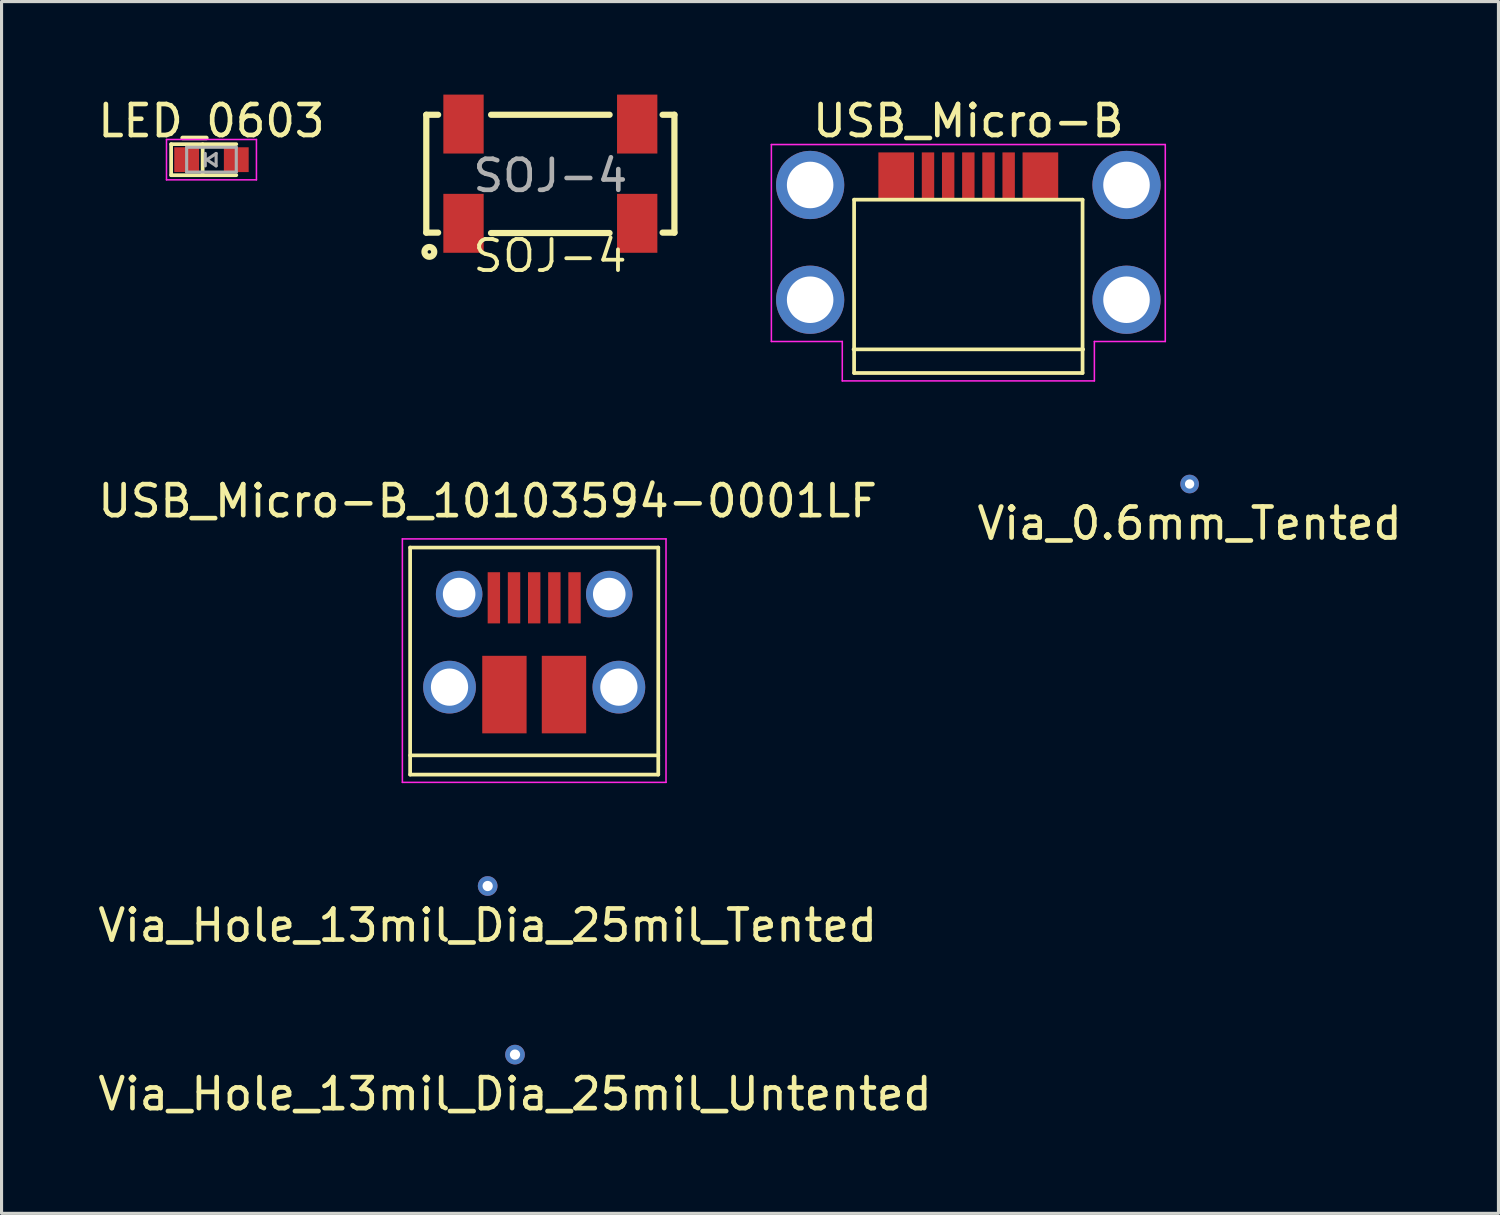
<source format=kicad_pcb>
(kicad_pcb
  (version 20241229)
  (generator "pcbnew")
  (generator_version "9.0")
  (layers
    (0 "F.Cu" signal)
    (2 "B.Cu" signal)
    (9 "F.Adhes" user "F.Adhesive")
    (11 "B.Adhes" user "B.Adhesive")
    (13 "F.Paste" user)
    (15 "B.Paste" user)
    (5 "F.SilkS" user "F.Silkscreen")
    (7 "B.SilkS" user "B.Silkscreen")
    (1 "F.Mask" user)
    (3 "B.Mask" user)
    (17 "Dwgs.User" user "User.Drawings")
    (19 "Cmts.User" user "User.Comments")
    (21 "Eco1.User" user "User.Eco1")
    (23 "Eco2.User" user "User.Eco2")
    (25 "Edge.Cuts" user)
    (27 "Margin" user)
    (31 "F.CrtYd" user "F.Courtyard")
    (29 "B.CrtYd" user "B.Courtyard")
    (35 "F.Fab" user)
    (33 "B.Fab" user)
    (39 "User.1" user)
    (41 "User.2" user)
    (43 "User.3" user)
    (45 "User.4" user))
  (footprint "USB_Micro-B"
    (layer "F.Cu")
    (at 28.17 8.214)
    (property "Reference" "USB_Micro-B" (at 0 -7.366 0) (layer "F.SilkS") (effects (font (size 1 1) (thickness 0.15))))
    (attr smd)
    (fp_line (start -3.7 0) (end 3.7 0) (stroke (width 0.12) (type solid)) (layer "F.SilkS"))
    (fp_line (start -3.683 -4.826) (end 3.683 -4.826) (stroke (width 0.12) (type solid)) (layer "F.SilkS"))
    (fp_line (start -3.683 0) (end -3.683 -4.826) (stroke (width 0.12) (type solid)) (layer "F.SilkS"))
    (fp_line (start -3.683 0) (end -3.683 0.762) (stroke (width 0.12) (type solid)) (layer "F.SilkS"))
    (fp_line (start -3.683 0.762) (end 3.683 0.762) (stroke (width 0.12) (type solid)) (layer "F.SilkS"))
    (fp_line (start 3.683 -4.826) (end 3.683 0) (stroke (width 0.12) (type solid)) (layer "F.SilkS"))
    (fp_line (start 3.683 0.762) (end 3.683 0) (stroke (width 0.12) (type solid)) (layer "F.SilkS"))
    (fp_line (start -6.35 -6.604) (end -6.35 -0.254) (stroke (width 0.05) (type solid)) (layer "F.CrtYd"))
    (fp_line (start -6.35 -0.254) (end -4.064 -0.254) (stroke (width 0.05) (type solid)) (layer "F.CrtYd"))
    (fp_line (start -4.064 -0.254) (end -4.064 1.016) (stroke (width 0.05) (type solid)) (layer "F.CrtYd"))
    (fp_line (start -4.064 1.016) (end 4.064 1.016) (stroke (width 0.05) (type solid)) (layer "F.CrtYd"))
    (fp_line (start 4.064 -0.254) (end 6.35 -0.254) (stroke (width 0.05) (type solid)) (layer "F.CrtYd"))
    (fp_line (start 4.064 1.016) (end 4.064 -0.254) (stroke (width 0.05) (type solid)) (layer "F.CrtYd"))
    (fp_line (start 6.35 -6.604) (end -6.35 -6.604) (stroke (width 0.05) (type solid)) (layer "F.CrtYd"))
    (fp_line (start 6.35 -0.254) (end 6.35 -6.604) (stroke (width 0.05) (type solid)) (layer "F.CrtYd"))
    (pad "1" smd rect (at -1.3 -4.85 90) (size 1.5 0.4) (drill (offset 0.75 0)) (layers "F.Cu" "F.Mask" "F.Paste"))
    (pad "2" smd rect (at -0.65 -4.85 90) (size 1.5 0.4) (drill (offset 0.75 0)) (layers "F.Cu" "F.Mask" "F.Paste"))
    (pad "3" smd rect (at 0 -4.85 90) (size 1.5 0.4) (drill (offset 0.75 0)) (layers "F.Cu" "F.Mask" "F.Paste"))
    (pad "4" smd rect (at 0.65 -4.85 90) (size 1.5 0.4) (drill (offset 0.75 0)) (layers "F.Cu" "F.Mask" "F.Paste"))
    (pad "5" smd rect (at 1.3 -4.85 90) (size 1.5 0.4) (drill (offset 0.75 0)) (layers "F.Cu" "F.Mask" "F.Paste"))
    (pad "6" thru_hole circle (at -5.1 -5.3 90) (size 2.2 2.2) (drill 1.5) (layers "*.Cu" "*.Mask"))
    (pad "6" thru_hole circle (at -5.1 -1.6 90) (size 2.2 2.2) (drill 1.5) (layers "*.Cu" "*.Mask"))
    (pad "6" thru_hole circle (at 5.1 -5.3 90) (size 2.2 2.2) (drill 1.5) (layers "*.Cu" "*.Mask"))
    (pad "6" thru_hole circle (at 5.1 -1.6 90) (size 2.2 2.2) (drill 1.5) (layers "*.Cu" "*.Mask"))
    (pad "7" smd rect (at -2.325 -4.85 90) (size 1.5 1.15) (drill (offset 0.75 0)) (layers "F.Cu" "F.Mask" "F.Paste"))
    (pad "8" smd rect (at 2.323 -4.85 90) (size 1.5 1.15) (drill (offset 0.75 0)) (layers "F.Cu" "F.Mask" "F.Paste")))
  (footprint "SOJ-4"
    (layer "F.Cu")
    (at 14.694 2.55)
    (property "Reference" "SOJ-4" (at -0.01 2.65 0) (layer "F.SilkS") (effects (font (size 1 1) (thickness 0.124))))
    (attr through_hole)
    (fp_line (start -4 -1.9) (end -3.619 -1.9) (stroke (width 0.201) (type solid)) (layer "F.SilkS"))
    (fp_line (start -4 1.9) (end -4 -1.9) (stroke (width 0.201) (type solid)) (layer "F.SilkS"))
    (fp_line (start -4 1.9) (end -3.619 1.9) (stroke (width 0.201) (type solid)) (layer "F.SilkS"))
    (fp_line (start -1.913 1.913) (end 1.908 1.913) (stroke (width 0.201) (type solid)) (layer "F.SilkS"))
    (fp_line (start -1.91 -1.9) (end 1.91 -1.9) (stroke (width 0.201) (type solid)) (layer "F.SilkS"))
    (fp_line (start 3.619 -1.9) (end 4 -1.9) (stroke (width 0.201) (type solid)) (layer "F.SilkS"))
    (fp_line (start 4 -1.9) (end 4 1.9) (stroke (width 0.201) (type solid)) (layer "F.SilkS"))
    (fp_line (start 4 1.9) (end 3.619 1.9) (stroke (width 0.201) (type solid)) (layer "F.SilkS"))
    (fp_circle (center -3.901 2.521) (end -3.779 2.62) (stroke (width 0.201) (type solid)) (fill no) (layer "F.SilkS"))
    (fp_text user "${REFERENCE}" (at 0 0.064 0) (layer "F.Fab") (effects (font (size 1 1) (thickness 0.15))))
    (pad "1" smd rect (at -2.8 1.6 90) (size 1.9 1.3) (layers "F.Cu" "F.Mask" "F.Paste"))
    (pad "2" smd rect (at 2.8 1.6) (size 1.3 1.9) (layers "F.Cu" "F.Mask" "F.Paste"))
    (pad "3" smd rect (at 2.8 -1.6) (size 1.3 1.9) (layers "F.Cu" "F.Mask" "F.Paste"))
    (pad "4" smd rect (at -2.8 -1.6) (size 1.3 1.9) (layers "F.Cu" "F.Mask" "F.Paste")))
  (footprint "USB_Micro-B_10103594-0001LF"
    (layer "F.Cu")
    (at 14.173 17.724)
    (property "Reference" "USB_Micro-B_10103594-0001LF" (at -1.5 -4.62 0) (layer "F.SilkS") (effects (font (size 1 1) (thickness 0.15))))
    (attr smd)
    (fp_line (start -4 -3.12) (end 4 -3.12) (stroke (width 0.12) (type solid)) (layer "F.SilkS"))
    (fp_line (start -4 4.2) (end -4 -3.12) (stroke (width 0.12) (type solid)) (layer "F.SilkS"))
    (fp_line (start -4 4.2) (end 4 4.2) (stroke (width 0.12) (type solid)) (layer "F.SilkS"))
    (fp_line (start 4 -3.12) (end 4 4.2) (stroke (width 0.12) (type solid)) (layer "F.SilkS"))
    (fp_line (start 4 3.58) (end -4 3.58) (stroke (width 0.12) (type solid)) (layer "F.SilkS"))
    (fp_line (start -4.25 -3.4) (end 4.25 -3.4) (stroke (width 0.05) (type solid)) (layer "F.CrtYd"))
    (fp_line (start -4.25 4.45) (end -4.25 -3.4) (stroke (width 0.05) (type solid)) (layer "F.CrtYd"))
    (fp_line (start 4.25 -3.4) (end 4.25 4.45) (stroke (width 0.05) (type solid)) (layer "F.CrtYd"))
    (fp_line (start 4.25 4.45) (end -4.25 4.45) (stroke (width 0.05) (type solid)) (layer "F.CrtYd"))
    (pad "1" smd rect (at -1.3 -1.5 90) (size 1.65 0.4) (layers "F.Cu" "F.Mask" "F.Paste"))
    (pad "2" smd rect (at -0.65 -1.5 90) (size 1.65 0.4) (layers "F.Cu" "F.Mask" "F.Paste"))
    (pad "3" smd rect (at 0 -1.5 90) (size 1.65 0.4) (layers "F.Cu" "F.Mask" "F.Paste"))
    (pad "4" smd rect (at 0.65 -1.5 90) (size 1.65 0.4) (layers "F.Cu" "F.Mask" "F.Paste"))
    (pad "5" smd rect (at 1.3 -1.5 90) (size 1.65 0.4) (layers "F.Cu" "F.Mask" "F.Paste"))
    (pad "6" thru_hole oval (at -2.73 1.38 90) (size 1.7 1.7) (drill oval 1.2) (layers "*.Cu" "*.Mask"))
    (pad "6" thru_hole oval (at -2.42 -1.62 90) (size 1.5 1.5) (drill oval 1.05) (layers "*.Cu" "*.Mask"))
    (pad "6" smd rect (at -0.96 1.62 90) (size 2.5 1.43) (layers "F.Cu" "F.Mask" "F.Paste"))
    (pad "6" smd rect (at 0.96 1.62 90) (size 2.5 1.43) (layers "F.Cu" "F.Mask" "F.Paste"))
    (pad "6" thru_hole oval (at 2.42 -1.62 90) (size 1.5 1.5) (drill oval 1.05) (layers "*.Cu" "*.Mask"))
    (pad "6" thru_hole oval (at 2.73 1.38 90) (size 1.7 1.7) (drill oval 1.2) (layers "*.Cu" "*.Mask")))
  (footprint "Via_0.6mm_Tented"
    (layer "F.Cu")
    (at 35.304 12.555)
    (property "Reference" "Via_0.6mm_Tented" (at 0 1.27 0) (layer "F.SilkS") (effects (font (size 1 1) (thickness 0.15))))
    (attr through_hole)
    (pad "1" thru_hole circle (at 0 0) (size 0.6 0.6) (drill 0.3) (layers "*.Cu")))
  (footprint "Via_Hole_13mil_Dia_25mil_Untented"
    (layer "F.Cu")
    (at 13.554 30.952)
    (property "Reference" "Via_Hole_13mil_Dia_25mil_Untented" (at 0 1.27 0) (layer "F.SilkS") (effects (font (size 1 1) (thickness 0.15))))
    (attr through_hole)
    (pad "1" thru_hole circle (at 0 0) (size 0.635 0.635) (drill 0.33) (layers "*.Cu" "*.Mask")))
  (footprint "LED_0603"
    (layer "F.Cu")
    (at 3.768 2.098)
    (property "Reference" "LED_0603" (at 0 -1.25 0) (layer "F.SilkS") (effects (font (size 1 1) (thickness 0.15))))
    (attr smd)
    (fp_line (start -1.3 -0.5) (end -1.3 0.5) (stroke (width 0.12) (type solid)) (layer "F.SilkS"))
    (fp_line (start -1.3 -0.5) (end 0.8 -0.5) (stroke (width 0.12) (type solid)) (layer "F.SilkS"))
    (fp_line (start -1.3 0.5) (end 0.8 0.5) (stroke (width 0.12) (type solid)) (layer "F.SilkS"))
    (fp_line (start -0.284 -0.5) (end -0.284 0.5) (stroke (width 0.12) (type solid)) (layer "F.SilkS"))
    (fp_line (start -1.45 -0.65) (end 1.45 -0.65) (stroke (width 0.05) (type solid)) (layer "F.CrtYd"))
    (fp_line (start -1.45 0.65) (end -1.45 -0.65) (stroke (width 0.05) (type solid)) (layer "F.CrtYd"))
    (fp_line (start 1.45 -0.65) (end 1.45 0.65) (stroke (width 0.05) (type solid)) (layer "F.CrtYd"))
    (fp_line (start 1.45 0.65) (end -1.45 0.65) (stroke (width 0.05) (type solid)) (layer "F.CrtYd"))
    (fp_line (start -0.8 -0.4) (end 0.8 -0.4) (stroke (width 0.1) (type solid)) (layer "F.Fab"))
    (fp_line (start -0.8 0.4) (end -0.8 -0.4) (stroke (width 0.1) (type solid)) (layer "F.Fab"))
    (fp_line (start -0.2 -0.2) (end -0.2 0.2) (stroke (width 0.1) (type solid)) (layer "F.Fab"))
    (fp_line (start -0.15 0) (end 0.15 -0.2) (stroke (width 0.1) (type solid)) (layer "F.Fab"))
    (fp_line (start 0.15 -0.2) (end 0.15 0.2) (stroke (width 0.1) (type solid)) (layer "F.Fab"))
    (fp_line (start 0.15 0.2) (end -0.15 0) (stroke (width 0.1) (type solid)) (layer "F.Fab"))
    (fp_line (start 0.8 -0.4) (end 0.8 0.4) (stroke (width 0.1) (type solid)) (layer "F.Fab"))
    (fp_line (start 0.8 0.4) (end -0.8 0.4) (stroke (width 0.1) (type solid)) (layer "F.Fab"))
    (pad "1" smd rect (at -0.8 0 180) (size 0.8 0.8) (layers "F.Cu" "F.Mask" "F.Paste"))
    (pad "2" smd rect (at 0.8 0 180) (size 0.8 0.8) (layers "F.Cu" "F.Mask" "F.Paste")))
  (footprint "Via_Hole_13mil_Dia_25mil_Tented"
    (layer "F.Cu")
    (at 12.673 25.516)
    (property "Reference" "Via_Hole_13mil_Dia_25mil_Tented" (at 0 1.27 0) (layer "F.SilkS") (effects (font (size 1 1) (thickness 0.15))))
    (attr through_hole)
    (pad "1" thru_hole circle (at 0 0) (size 0.635 0.635) (drill 0.33) (layers "*.Cu")))
  (gr_rect
    (start -3 -3)
    (end 45.262 36.07)
    (stroke (width 0.1) (type default))
    (fill no)
    (layer "Edge.Cuts")))
</source>
